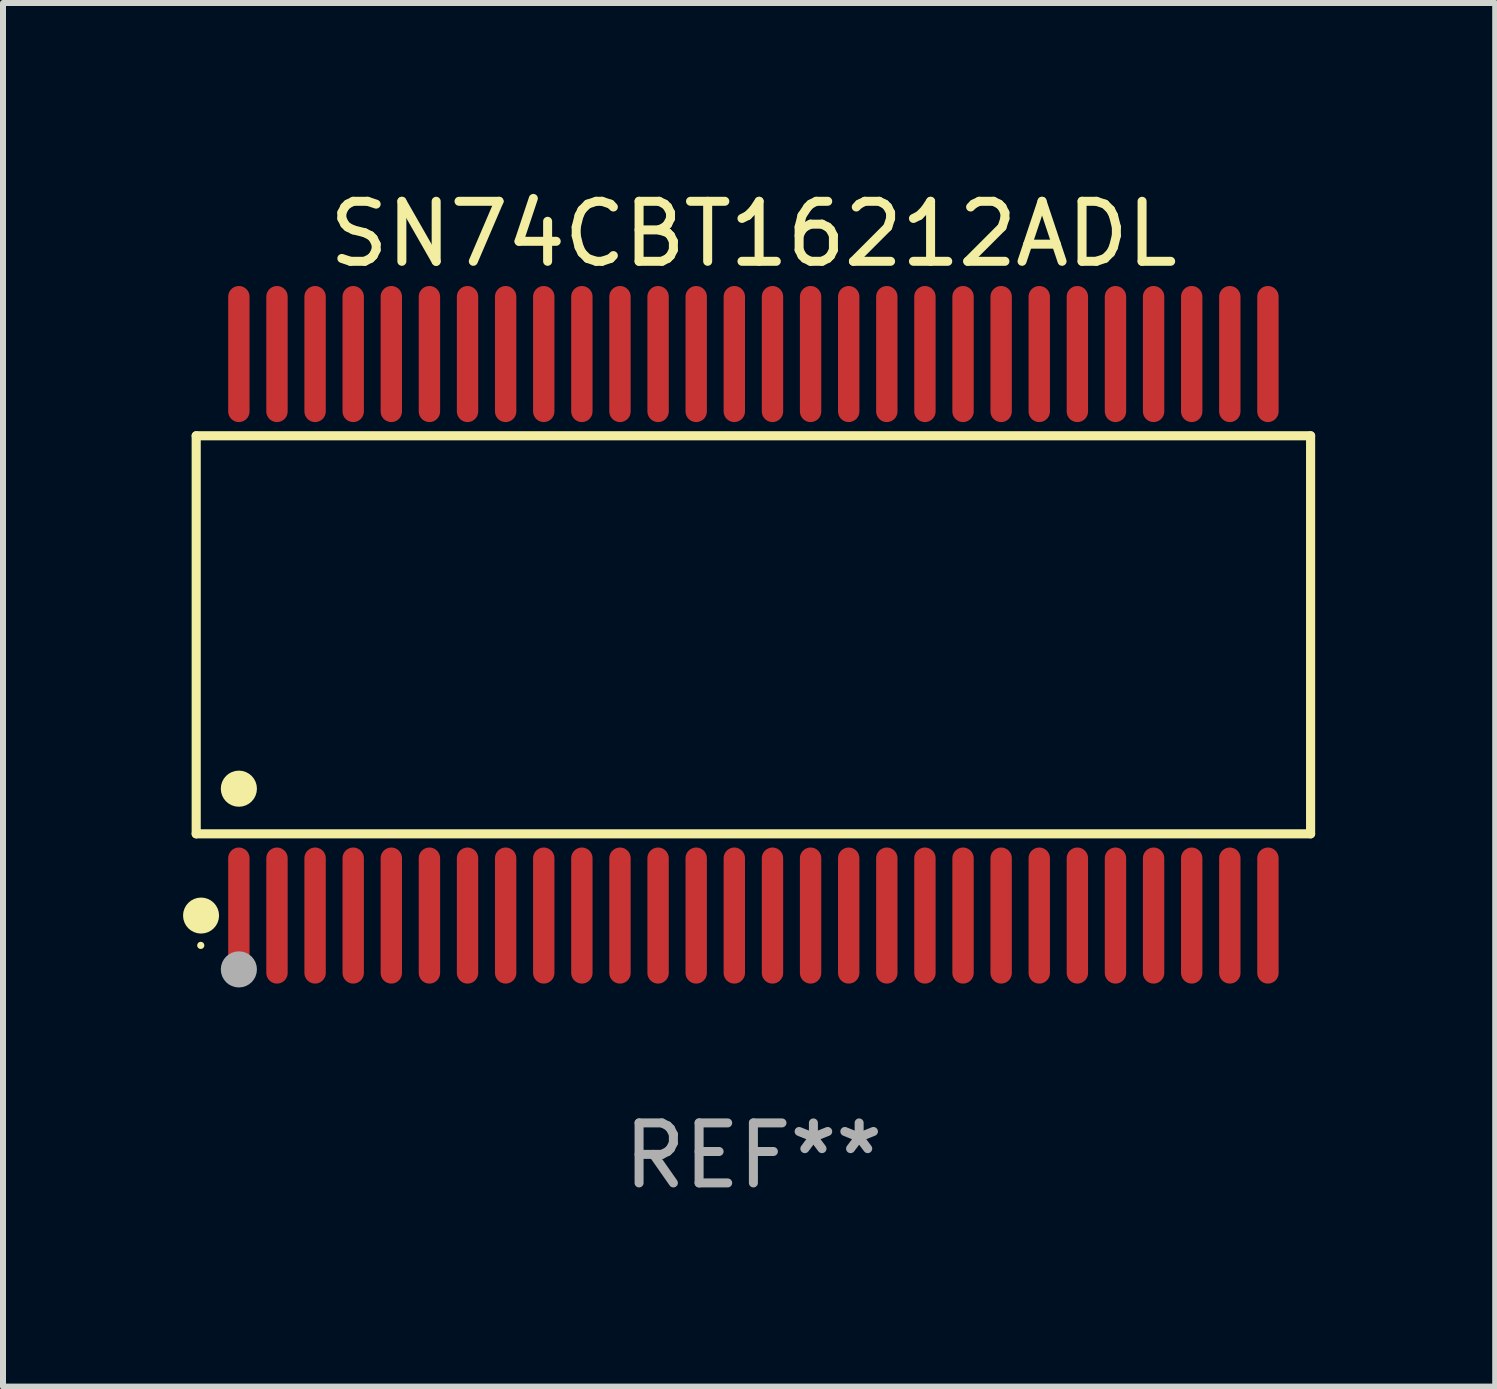
<source format=kicad_pcb>
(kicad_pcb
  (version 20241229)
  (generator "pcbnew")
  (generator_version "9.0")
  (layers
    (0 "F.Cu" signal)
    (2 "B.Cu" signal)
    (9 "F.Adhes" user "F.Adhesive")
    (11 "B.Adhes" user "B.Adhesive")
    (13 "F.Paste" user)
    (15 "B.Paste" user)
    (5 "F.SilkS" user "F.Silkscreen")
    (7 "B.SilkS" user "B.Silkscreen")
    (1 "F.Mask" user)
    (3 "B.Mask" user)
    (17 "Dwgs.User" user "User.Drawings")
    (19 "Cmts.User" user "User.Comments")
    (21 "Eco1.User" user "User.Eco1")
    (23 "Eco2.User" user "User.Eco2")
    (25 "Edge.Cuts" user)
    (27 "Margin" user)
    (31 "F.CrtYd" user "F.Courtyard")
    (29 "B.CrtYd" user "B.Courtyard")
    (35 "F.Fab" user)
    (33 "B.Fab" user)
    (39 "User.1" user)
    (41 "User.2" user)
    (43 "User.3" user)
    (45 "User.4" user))
  (footprint "SN74CBT16212ADL"
    (layer "F.Cu")
    (at 9.503 7.527)
    (property "Reference" "SN74CBT16212ADL" (at 0 -6.678 0) (layer "F.SilkS") (effects (font (size 1 1) (thickness 0.15))))
    (attr through_hole)
    (fp_line (start -9.284 -3.316) (end 9.284 -3.316) (stroke (width 0.152) (type solid)) (layer "F.SilkS"))
    (fp_line (start -9.284 3.316) (end -9.284 -3.316) (stroke (width 0.152) (type solid)) (layer "F.SilkS"))
    (fp_line (start 9.284 -3.316) (end 9.284 3.316) (stroke (width 0.152) (type solid)) (layer "F.SilkS"))
    (fp_line (start 9.284 3.316) (end -9.284 3.316) (stroke (width 0.152) (type solid)) (layer "F.SilkS"))
    (fp_circle (center -9.208 5.175) (end -9.178 5.175) (stroke (width 0.06) (type solid)) (fill no) (layer "F.SilkS"))
    (fp_circle (center -9.203 4.678) (end -9.053 4.678) (stroke (width 0.3) (type solid)) (fill no) (layer "F.SilkS"))
    (fp_circle (center -8.573 2.564) (end -8.422 2.564) (stroke (width 0.3) (type solid)) (fill no) (layer "F.SilkS"))
    (fp_circle (center -8.573 5.575) (end -8.422 5.575) (stroke (width 0.3) (type solid)) (fill no) (layer "F.Fab"))
    (fp_text user "REF**" (at 0 8.678 0) (layer "F.Fab") (effects (font (size 1 1) (thickness 0.15))))
    (pad "1" smd oval (at -8.573 4.678) (size 0.356 2.267) (layers "F.Cu" "F.Mask" "F.Paste"))
    (pad "2" smd oval (at -7.938 4.678) (size 0.356 2.267) (layers "F.Cu" "F.Mask" "F.Paste"))
    (pad "3" smd oval (at -7.303 4.678) (size 0.356 2.267) (layers "F.Cu" "F.Mask" "F.Paste"))
    (pad "4" smd oval (at -6.668 4.678) (size 0.356 2.267) (layers "F.Cu" "F.Mask" "F.Paste"))
    (pad "5" smd oval (at -6.033 4.678) (size 0.356 2.267) (layers "F.Cu" "F.Mask" "F.Paste"))
    (pad "6" smd oval (at -5.398 4.678) (size 0.356 2.267) (layers "F.Cu" "F.Mask" "F.Paste"))
    (pad "7" smd oval (at -4.763 4.678) (size 0.356 2.267) (layers "F.Cu" "F.Mask" "F.Paste"))
    (pad "8" smd oval (at -4.128 4.678) (size 0.356 2.267) (layers "F.Cu" "F.Mask" "F.Paste"))
    (pad "9" smd oval (at -3.493 4.678) (size 0.356 2.267) (layers "F.Cu" "F.Mask" "F.Paste"))
    (pad "10" smd oval (at -2.858 4.678) (size 0.356 2.267) (layers "F.Cu" "F.Mask" "F.Paste"))
    (pad "11" smd oval (at -2.223 4.678) (size 0.356 2.267) (layers "F.Cu" "F.Mask" "F.Paste"))
    (pad "12" smd oval (at -1.588 4.678) (size 0.356 2.267) (layers "F.Cu" "F.Mask" "F.Paste"))
    (pad "13" smd oval (at -0.953 4.678) (size 0.356 2.267) (layers "F.Cu" "F.Mask" "F.Paste"))
    (pad "14" smd oval (at -0.318 4.678) (size 0.356 2.267) (layers "F.Cu" "F.Mask" "F.Paste"))
    (pad "15" smd oval (at 0.318 4.678) (size 0.356 2.267) (layers "F.Cu" "F.Mask" "F.Paste"))
    (pad "16" smd oval (at 0.953 4.678) (size 0.356 2.267) (layers "F.Cu" "F.Mask" "F.Paste"))
    (pad "17" smd oval (at 1.588 4.678) (size 0.356 2.267) (layers "F.Cu" "F.Mask" "F.Paste"))
    (pad "18" smd oval (at 2.223 4.678) (size 0.356 2.267) (layers "F.Cu" "F.Mask" "F.Paste"))
    (pad "19" smd oval (at 2.858 4.678) (size 0.356 2.267) (layers "F.Cu" "F.Mask" "F.Paste"))
    (pad "20" smd oval (at 3.493 4.678) (size 0.356 2.267) (layers "F.Cu" "F.Mask" "F.Paste"))
    (pad "21" smd oval (at 4.128 4.678) (size 0.356 2.267) (layers "F.Cu" "F.Mask" "F.Paste"))
    (pad "22" smd oval (at 4.763 4.678) (size 0.356 2.267) (layers "F.Cu" "F.Mask" "F.Paste"))
    (pad "23" smd oval (at 5.398 4.678) (size 0.356 2.267) (layers "F.Cu" "F.Mask" "F.Paste"))
    (pad "24" smd oval (at 6.033 4.678) (size 0.356 2.267) (layers "F.Cu" "F.Mask" "F.Paste"))
    (pad "25" smd oval (at 6.668 4.678) (size 0.356 2.267) (layers "F.Cu" "F.Mask" "F.Paste"))
    (pad "26" smd oval (at 7.303 4.678) (size 0.356 2.267) (layers "F.Cu" "F.Mask" "F.Paste"))
    (pad "27" smd oval (at 7.938 4.678) (size 0.356 2.267) (layers "F.Cu" "F.Mask" "F.Paste"))
    (pad "28" smd oval (at 8.573 4.678) (size 0.356 2.267) (layers "F.Cu" "F.Mask" "F.Paste"))
    (pad "29" smd oval (at 8.573 -4.678) (size 0.356 2.267) (layers "F.Cu" "F.Mask" "F.Paste"))
    (pad "30" smd oval (at 7.938 -4.678) (size 0.356 2.267) (layers "F.Cu" "F.Mask" "F.Paste"))
    (pad "31" smd oval (at 7.303 -4.678) (size 0.356 2.267) (layers "F.Cu" "F.Mask" "F.Paste"))
    (pad "32" smd oval (at 6.668 -4.678) (size 0.356 2.267) (layers "F.Cu" "F.Mask" "F.Paste"))
    (pad "33" smd oval (at 6.033 -4.678) (size 0.356 2.267) (layers "F.Cu" "F.Mask" "F.Paste"))
    (pad "34" smd oval (at 5.398 -4.678) (size 0.356 2.267) (layers "F.Cu" "F.Mask" "F.Paste"))
    (pad "35" smd oval (at 4.763 -4.678) (size 0.356 2.267) (layers "F.Cu" "F.Mask" "F.Paste"))
    (pad "36" smd oval (at 4.128 -4.678) (size 0.356 2.267) (layers "F.Cu" "F.Mask" "F.Paste"))
    (pad "37" smd oval (at 3.493 -4.678) (size 0.356 2.267) (layers "F.Cu" "F.Mask" "F.Paste"))
    (pad "38" smd oval (at 2.858 -4.678) (size 0.356 2.267) (layers "F.Cu" "F.Mask" "F.Paste"))
    (pad "39" smd oval (at 2.223 -4.678) (size 0.356 2.267) (layers "F.Cu" "F.Mask" "F.Paste"))
    (pad "40" smd oval (at 1.588 -4.678) (size 0.356 2.267) (layers "F.Cu" "F.Mask" "F.Paste"))
    (pad "41" smd oval (at 0.953 -4.678) (size 0.356 2.267) (layers "F.Cu" "F.Mask" "F.Paste"))
    (pad "42" smd oval (at 0.318 -4.678) (size 0.356 2.267) (layers "F.Cu" "F.Mask" "F.Paste"))
    (pad "43" smd oval (at -0.318 -4.678) (size 0.356 2.267) (layers "F.Cu" "F.Mask" "F.Paste"))
    (pad "44" smd oval (at -0.953 -4.678) (size 0.356 2.267) (layers "F.Cu" "F.Mask" "F.Paste"))
    (pad "45" smd oval (at -1.588 -4.678) (size 0.356 2.267) (layers "F.Cu" "F.Mask" "F.Paste"))
    (pad "46" smd oval (at -2.223 -4.678) (size 0.356 2.267) (layers "F.Cu" "F.Mask" "F.Paste"))
    (pad "47" smd oval (at -2.858 -4.678) (size 0.356 2.267) (layers "F.Cu" "F.Mask" "F.Paste"))
    (pad "48" smd oval (at -3.493 -4.678) (size 0.356 2.267) (layers "F.Cu" "F.Mask" "F.Paste"))
    (pad "49" smd oval (at -4.128 -4.678) (size 0.356 2.267) (layers "F.Cu" "F.Mask" "F.Paste"))
    (pad "50" smd oval (at -4.763 -4.678) (size 0.356 2.267) (layers "F.Cu" "F.Mask" "F.Paste"))
    (pad "51" smd oval (at -5.398 -4.678) (size 0.356 2.267) (layers "F.Cu" "F.Mask" "F.Paste"))
    (pad "52" smd oval (at -6.033 -4.678) (size 0.356 2.267) (layers "F.Cu" "F.Mask" "F.Paste"))
    (pad "53" smd oval (at -6.668 -4.678) (size 0.356 2.267) (layers "F.Cu" "F.Mask" "F.Paste"))
    (pad "54" smd oval (at -7.303 -4.678) (size 0.356 2.267) (layers "F.Cu" "F.Mask" "F.Paste"))
    (pad "55" smd oval (at -7.938 -4.678) (size 0.356 2.267) (layers "F.Cu" "F.Mask" "F.Paste"))
    (pad "56" smd oval (at -8.573 -4.678) (size 0.356 2.267) (layers "F.Cu" "F.Mask" "F.Paste")))
  (gr_rect
    (start -3 -3)
    (end 21.863 20.053)
    (stroke (width 0.1) (type default))
    (fill no)
    (layer "Edge.Cuts")))
</source>
